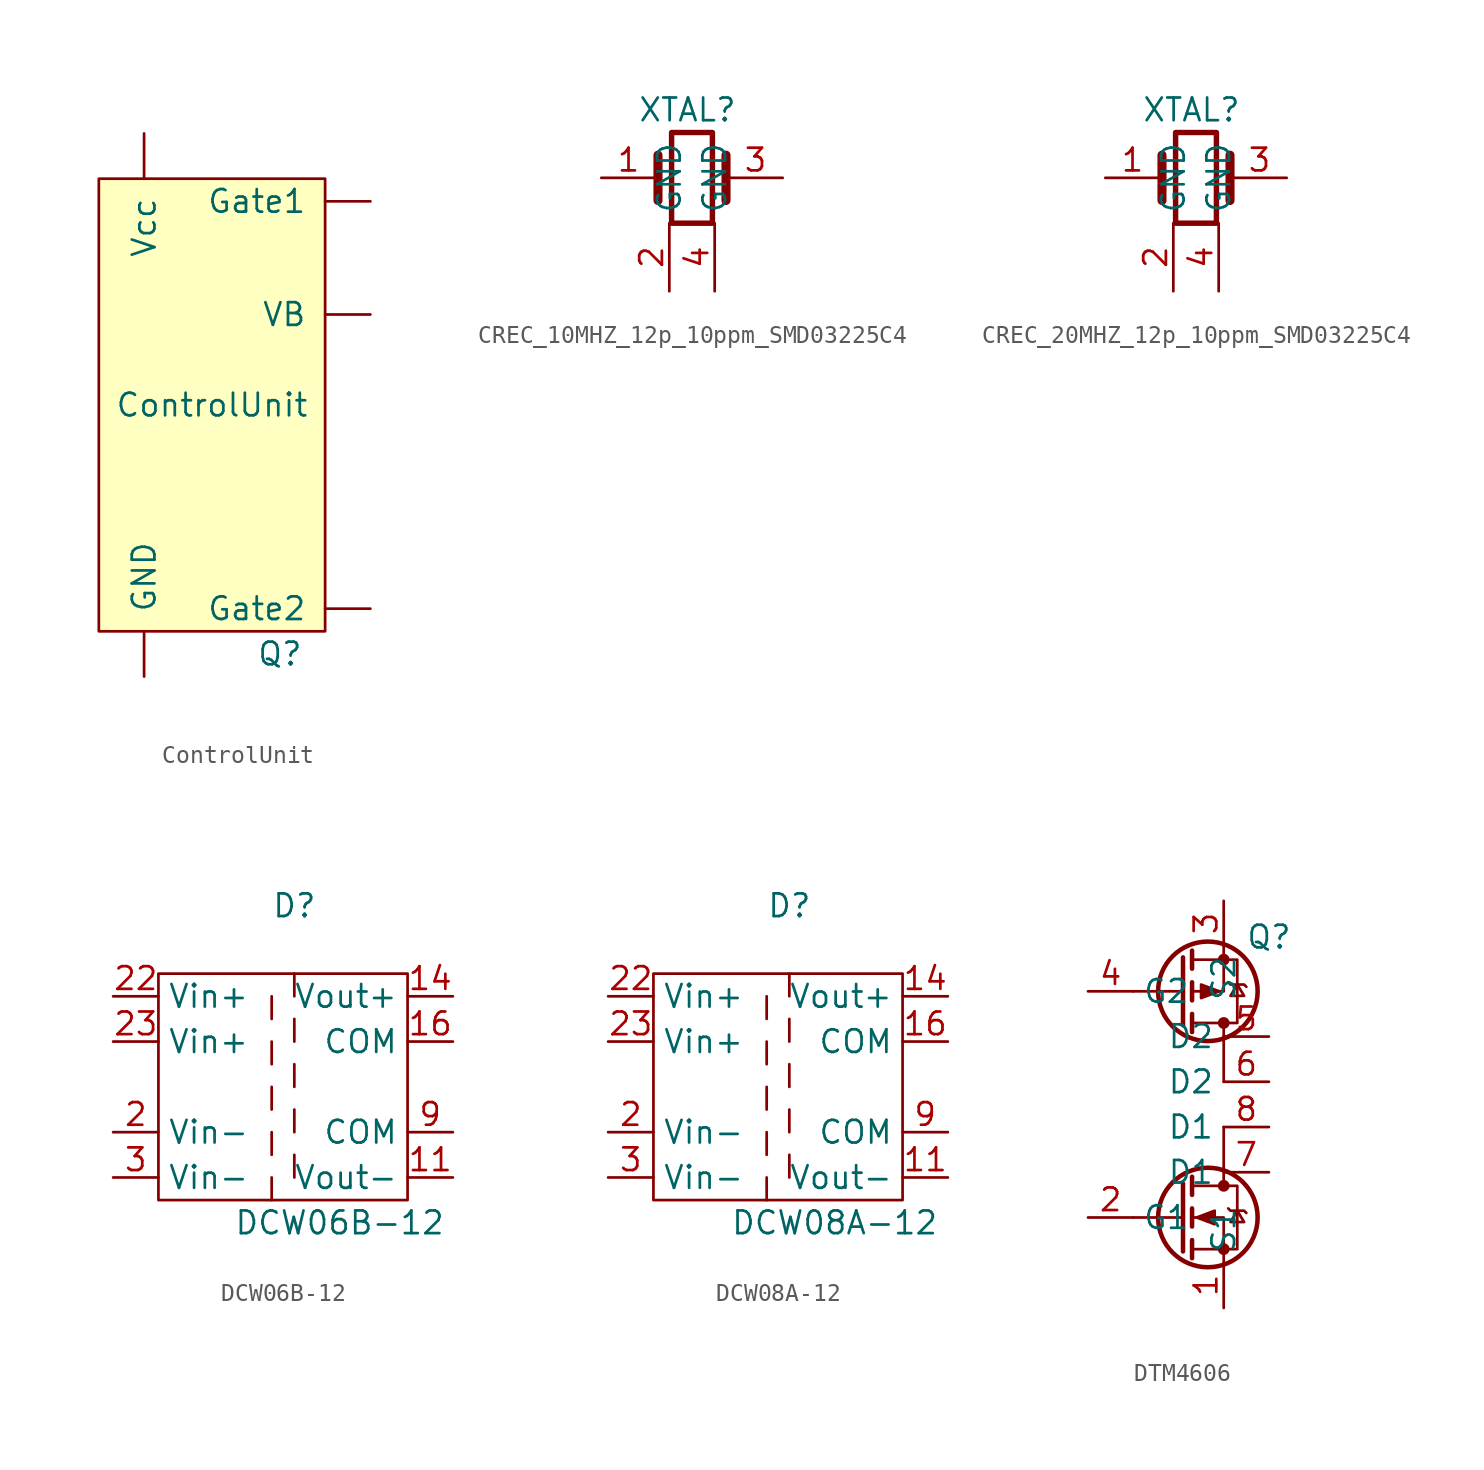
<source format=kicad_sym>
(kicad_symbol_lib
  (version 20231120)
  (generator "kicad_symbol_editor")
  (generator_version "8.0")
  (symbol "ControlUnit"
    (pin_names
      (offset 1.016))
    (property "Reference" "Q"
      (at 10.16 -26.67 0)
      (effects (font (size 1.27 1.27))))
    (property "Value" "ControlUnit"
      (at 6.35 -12.7 0)
      (effects (font (size 1.27 1.27))))
    (symbol "ControlUnit_0_1"
      (rectangle (start 0 0) (end 12.7 -25.4) (stroke (width 0) (type default)) (fill (type background))))
    (symbol "ControlUnit_1_1"
      (pin power_in line (at 2.54 -27.94 90) (length 2.54) (name "GND" (effects (font (size 1.27 1.27)))) (number "~" (effects (font (size 1.27 1.27)))))
      (pin output line (at 15.24 -1.27 180) (length 2.54) (name "Gate1" (effects (font (size 1.27 1.27)))) (number "~" (effects (font (size 1.27 1.27)))))
      (pin output line (at 15.24 -24.13 180) (length 2.54) (name "Gate2" (effects (font (size 1.27 1.27)))) (number "~" (effects (font (size 1.27 1.27)))))
      (pin passive line (at 15.24 -7.62 180) (length 2.54) (name "VB" (effects (font (size 1.27 1.27)))) (number "~" (effects (font (size 1.27 1.27)))))
      (pin power_in line (at 2.54 2.54 270) (length 2.54) (name "Vcc" (effects (font (size 1.27 1.27)))) (number "~" (effects (font (size 1.27 1.27)))))))
  (symbol "CREC_10MHZ_12p_10ppm_SMD03225C4"
    (property "Reference" "XTAL"
      (at -0.254 3.81 0)
      (effects (font (size 1.27 1.27))))
    (property "Value" ""
      (at 0 0 0)
      (effects (font (size 1.27 1.27))))
    (symbol "CREC_10MHZ_12p_10ppm_SMD03225C4_0_1"
      (rectangle (start -1.143 2.54) (end 1.143 -2.54) (stroke (width 0.305) (type default)) (fill (type none)))
      (polyline (pts (xy -1.905 -1.27) (xy -1.905 1.27)) (stroke (width 0.508) (type default)) (fill (type none)))
      (polyline (pts (xy 1.905 -1.27) (xy 1.905 1.27)) (stroke (width 0.508) (type default)) (fill (type none))))
    (symbol "CREC_10MHZ_12p_10ppm_SMD03225C4_1_1"
      (pin passive line (at -5.08 0 0) (length 3.048) (name "" (effects (font (size 1.27 1.27)))) (number "1" (effects (font (size 1.27 1.27)))))
      (pin passive line (at -1.27 -6.35 90) (length 3.81) (name "GND" (effects (font (size 1.27 1.27)))) (number "2" (effects (font (size 1.27 1.27)))))
      (pin passive line (at 5.08 0 180) (length 3.048) (name "" (effects (font (size 1.27 1.27)))) (number "3" (effects (font (size 1.27 1.27)))))
      (pin passive line (at 1.27 -6.35 90) (length 3.81) (name "GND" (effects (font (size 1.27 1.27)))) (number "4" (effects (font (size 1.27 1.27)))))))
  (symbol "CREC_20MHZ_12p_10ppm_SMD03225C4"
    (property "Reference" "XTAL"
      (at -0.254 3.81 0)
      (effects (font (size 1.27 1.27))))
    (property "Value" ""
      (at 0 0 0)
      (effects (font (size 1.27 1.27))))
    (symbol "CREC_20MHZ_12p_10ppm_SMD03225C4_0_1"
      (rectangle (start -1.143 2.54) (end 1.143 -2.54) (stroke (width 0.305) (type default)) (fill (type none)))
      (polyline (pts (xy -1.905 -1.27) (xy -1.905 1.27)) (stroke (width 0.508) (type default)) (fill (type none)))
      (polyline (pts (xy 1.905 -1.27) (xy 1.905 1.27)) (stroke (width 0.508) (type default)) (fill (type none))))
    (symbol "CREC_20MHZ_12p_10ppm_SMD03225C4_1_1"
      (pin passive line (at -5.08 0 0) (length 3.048) (name "" (effects (font (size 1.27 1.27)))) (number "1" (effects (font (size 1.27 1.27)))))
      (pin passive line (at -1.27 -6.35 90) (length 3.81) (name "GND" (effects (font (size 1.27 1.27)))) (number "2" (effects (font (size 1.27 1.27)))))
      (pin passive line (at 5.08 0 180) (length 3.048) (name "" (effects (font (size 1.27 1.27)))) (number "3" (effects (font (size 1.27 1.27)))))
      (pin passive line (at 1.27 -6.35 90) (length 3.81) (name "GND" (effects (font (size 1.27 1.27)))) (number "4" (effects (font (size 1.27 1.27)))))))
  (symbol "DCW06B-12"
    (property "Reference" "D"
      (at 10.16 5.08 0)
      (effects (font (size 1.27 1.27))))
    (property "Value" "DCW06B-12"
      (at 12.7 -12.7 0)
      (effects (font (size 1.27 1.27))))
    (symbol "DCW06B-12_0_1"
      (polyline (pts (xy 8.89 -10.16) (xy 8.89 -11.43)) (stroke (width 0) (type default)) (fill (type none)))
      (polyline (pts (xy 8.89 -7.62) (xy 8.89 -8.89)) (stroke (width 0) (type default)) (fill (type none)))
      (polyline (pts (xy 8.89 -5.08) (xy 8.89 -6.35)) (stroke (width 0) (type default)) (fill (type none)))
      (polyline (pts (xy 8.89 -2.54) (xy 8.89 -3.81)) (stroke (width 0) (type default)) (fill (type none)))
      (polyline (pts (xy 8.89 0) (xy 8.89 -1.27)) (stroke (width 0) (type default)) (fill (type none)))
      (polyline (pts (xy 10.16 -10.16) (xy 10.16 -8.89)) (stroke (width 0) (type default)) (fill (type none)))
      (polyline (pts (xy 10.16 -7.62) (xy 10.16 -6.35)) (stroke (width 0) (type default)) (fill (type none)))
      (polyline (pts (xy 10.16 -3.81) (xy 10.16 -5.08)) (stroke (width 0) (type default)) (fill (type none)))
      (polyline (pts (xy 10.16 -1.27) (xy 10.16 -2.54)) (stroke (width 0) (type default)) (fill (type none)))
      (polyline (pts (xy 10.16 1.27) (xy 10.16 0)) (stroke (width 0) (type default)) (fill (type none)))
      (polyline (pts (xy 2.54 1.27) (xy 16.51 1.27) (xy 16.51 -11.43) (xy 2.54 -11.43) (xy 2.54 1.27)) (stroke (width 0) (type default)) (fill (type none))))
    (symbol "DCW06B-12_1_1"
      (pin power_out line (at 19.05 -10.16 180) (length 2.54) (name "Vout-" (effects (font (size 1.27 1.27)))) (number "11" (effects (font (size 1.27 1.27)))))
      (pin power_out line (at 19.05 0 180) (length 2.54) (name "Vout+" (effects (font (size 1.27 1.27)))) (number "14" (effects (font (size 1.27 1.27)))))
      (pin power_out line (at 19.05 -2.54 180) (length 2.54) (name "COM" (effects (font (size 1.27 1.27)))) (number "16" (effects (font (size 1.27 1.27)))))
      (pin power_in line (at 0 -7.62 0) (length 2.54) (name "Vin-" (effects (font (size 1.27 1.27)))) (number "2" (effects (font (size 1.27 1.27)))))
      (pin power_in line (at 0 0 0) (length 2.54) (name "Vin+" (effects (font (size 1.27 1.27)))) (number "22" (effects (font (size 1.27 1.27)))))
      (pin power_in line (at 0 -2.54 0) (length 2.54) (name "Vin+" (effects (font (size 1.27 1.27)))) (number "23" (effects (font (size 1.27 1.27)))))
      (pin power_in line (at 0 -10.16 0) (length 2.54) (name "Vin-" (effects (font (size 1.27 1.27)))) (number "3" (effects (font (size 1.27 1.27)))))
      (pin power_out line (at 19.05 -7.62 180) (length 2.54) (name "COM" (effects (font (size 1.27 1.27)))) (number "9" (effects (font (size 1.27 1.27)))))))
  (symbol "DCW08A-12"
    (property "Reference" "D"
      (at 10.16 5.08 0)
      (effects (font (size 1.27 1.27))))
    (property "Value" "DCW08A-12"
      (at 12.7 -12.7 0)
      (effects (font (size 1.27 1.27))))
    (symbol "DCW08A-12_0_1"
      (polyline (pts (xy 8.89 -10.16) (xy 8.89 -11.43)) (stroke (width 0) (type default)) (fill (type none)))
      (polyline (pts (xy 8.89 -7.62) (xy 8.89 -8.89)) (stroke (width 0) (type default)) (fill (type none)))
      (polyline (pts (xy 8.89 -5.08) (xy 8.89 -6.35)) (stroke (width 0) (type default)) (fill (type none)))
      (polyline (pts (xy 8.89 -2.54) (xy 8.89 -3.81)) (stroke (width 0) (type default)) (fill (type none)))
      (polyline (pts (xy 8.89 0) (xy 8.89 -1.27)) (stroke (width 0) (type default)) (fill (type none)))
      (polyline (pts (xy 10.16 -10.16) (xy 10.16 -8.89)) (stroke (width 0) (type default)) (fill (type none)))
      (polyline (pts (xy 10.16 -7.62) (xy 10.16 -6.35)) (stroke (width 0) (type default)) (fill (type none)))
      (polyline (pts (xy 10.16 -3.81) (xy 10.16 -5.08)) (stroke (width 0) (type default)) (fill (type none)))
      (polyline (pts (xy 10.16 -1.27) (xy 10.16 -2.54)) (stroke (width 0) (type default)) (fill (type none)))
      (polyline (pts (xy 10.16 1.27) (xy 10.16 0)) (stroke (width 0) (type default)) (fill (type none)))
      (polyline (pts (xy 2.54 1.27) (xy 16.51 1.27) (xy 16.51 -11.43) (xy 2.54 -11.43) (xy 2.54 1.27)) (stroke (width 0) (type default)) (fill (type none))))
    (symbol "DCW08A-12_1_1"
      (pin power_out line (at 19.05 -10.16 180) (length 2.54) (name "Vout-" (effects (font (size 1.27 1.27)))) (number "11" (effects (font (size 1.27 1.27)))))
      (pin power_out line (at 19.05 0 180) (length 2.54) (name "Vout+" (effects (font (size 1.27 1.27)))) (number "14" (effects (font (size 1.27 1.27)))))
      (pin power_out line (at 19.05 -2.54 180) (length 2.54) (name "COM" (effects (font (size 1.27 1.27)))) (number "16" (effects (font (size 1.27 1.27)))))
      (pin power_in line (at 0 -7.62 0) (length 2.54) (name "Vin-" (effects (font (size 1.27 1.27)))) (number "2" (effects (font (size 1.27 1.27)))))
      (pin power_in line (at 0 0 0) (length 2.54) (name "Vin+" (effects (font (size 1.27 1.27)))) (number "22" (effects (font (size 1.27 1.27)))))
      (pin power_in line (at 0 -2.54 0) (length 2.54) (name "Vin+" (effects (font (size 1.27 1.27)))) (number "23" (effects (font (size 1.27 1.27)))))
      (pin power_in line (at 0 -10.16 0) (length 2.54) (name "Vin-" (effects (font (size 1.27 1.27)))) (number "3" (effects (font (size 1.27 1.27)))))
      (pin power_out line (at 19.05 -7.62 180) (length 2.54) (name "COM" (effects (font (size 1.27 1.27)))) (number "9" (effects (font (size 1.27 1.27)))))))
  (symbol "DTM4606"
    (property "Reference" "Q"
      (at 10.16 3.048 0)
      (effects (font (size 1.27 1.27))))
    (property "Value" ""
      (at 0 0 0)
      (effects (font (size 1.27 1.27))))
    (symbol "DTM4606_0_1"
      (polyline (pts (xy 5.334 -12.7) (xy 2.54 -12.7)) (stroke (width 0) (type default)) (fill (type none)))
      (polyline (pts (xy 5.334 -10.795) (xy 5.334 -14.605)) (stroke (width 0.254) (type default)) (fill (type none)))
      (polyline (pts (xy 5.334 -1.905) (xy 5.334 1.905)) (stroke (width 0.254) (type default)) (fill (type none)))
      (polyline (pts (xy 5.334 0) (xy 2.54 0)) (stroke (width 0) (type default)) (fill (type none)))
      (polyline (pts (xy 5.842 -13.97) (xy 5.842 -14.986)) (stroke (width 0.254) (type default)) (fill (type none)))
      (polyline (pts (xy 5.842 -12.192) (xy 5.842 -13.208)) (stroke (width 0.254) (type default)) (fill (type none)))
      (polyline (pts (xy 5.842 -10.414) (xy 5.842 -11.43)) (stroke (width 0.254) (type default)) (fill (type none)))
      (polyline (pts (xy 5.842 -2.286) (xy 5.842 -1.27)) (stroke (width 0.254) (type default)) (fill (type none)))
      (polyline (pts (xy 5.842 -0.508) (xy 5.842 0.508)) (stroke (width 0.254) (type default)) (fill (type none)))
      (polyline (pts (xy 5.842 1.27) (xy 5.842 2.286)) (stroke (width 0.254) (type default)) (fill (type none)))
      (polyline (pts (xy 7.62 -10.16) (xy 7.62 -10.922)) (stroke (width 0) (type default)) (fill (type none)))
      (polyline (pts (xy 7.62 -7.62) (xy 7.62 -10.16)) (stroke (width 0) (type default)) (fill (type none)))
      (polyline (pts (xy 7.62 -5.08) (xy 7.62 -2.54)) (stroke (width 0) (type default)) (fill (type none)))
      (polyline (pts (xy 7.62 -2.54) (xy 7.62 -1.778)) (stroke (width 0) (type default)) (fill (type none)))
      (polyline (pts (xy 7.62 -15.24) (xy 7.62 -12.7) (xy 5.842 -12.7)) (stroke (width 0) (type default)) (fill (type none)))
      (polyline (pts (xy 7.62 2.54) (xy 7.62 0) (xy 5.842 0)) (stroke (width 0) (type default)) (fill (type none)))
      (polyline (pts (xy 5.842 -14.478) (xy 8.382 -14.478) (xy 8.382 -10.922) (xy 5.842 -10.922)) (stroke (width 0) (type default)) (fill (type none)))
      (polyline (pts (xy 5.842 -1.778) (xy 8.382 -1.778) (xy 8.382 1.778) (xy 5.842 1.778)) (stroke (width 0) (type default)) (fill (type none)))
      (polyline (pts (xy 6.096 -12.7) (xy 7.112 -12.319) (xy 7.112 -13.081) (xy 6.096 -12.7)) (stroke (width 0) (type default)) (fill (type outline)))
      (polyline (pts (xy 7.366 0) (xy 6.35 -0.381) (xy 6.35 0.381) (xy 7.366 0)) (stroke (width 0) (type default)) (fill (type outline)))
      (polyline (pts (xy 7.874 -12.192) (xy 8.001 -12.319) (xy 8.763 -12.319) (xy 8.89 -12.446)) (stroke (width 0) (type default)) (fill (type none)))
      (polyline (pts (xy 7.874 0.508) (xy 8.001 0.381) (xy 8.763 0.381) (xy 8.89 0.254)) (stroke (width 0) (type default)) (fill (type none)))
      (polyline (pts (xy 8.382 -12.319) (xy 8.001 -12.954) (xy 8.763 -12.954) (xy 8.382 -12.319)) (stroke (width 0) (type default)) (fill (type none)))
      (polyline (pts (xy 8.382 0.381) (xy 8.001 -0.254) (xy 8.763 -0.254) (xy 8.382 0.381)) (stroke (width 0) (type default)) (fill (type none)))
      (circle (center 6.731 -12.7) (radius 2.794) (stroke (width 0.254) (type default)) (fill (type none)))
      (circle (center 6.731 0) (radius 2.794) (stroke (width 0.254) (type default)) (fill (type none)))
      (circle (center 7.62 -14.478) (radius 0.254) (stroke (width 0) (type default)) (fill (type outline)))
      (circle (center 7.62 -10.922) (radius 0.254) (stroke (width 0) (type default)) (fill (type outline)))
      (circle (center 7.62 -1.778) (radius 0.254) (stroke (width 0) (type default)) (fill (type outline)))
      (circle (center 7.62 1.778) (radius 0.254) (stroke (width 0) (type default)) (fill (type outline))))
    (symbol "DTM4606_1_1"
      (pin passive line (at 7.62 -17.78 90) (length 2.54) (name "S1" (effects (font (size 1.27 1.27)))) (number "1" (effects (font (size 1.27 1.27)))))
      (pin passive line (at 0 -12.7 0) (length 2.54) (name "G1" (effects (font (size 1.27 1.27)))) (number "2" (effects (font (size 1.27 1.27)))))
      (pin passive line (at 7.62 5.08 270) (length 2.54) (name "S2" (effects (font (size 1.27 1.27)))) (number "3" (effects (font (size 1.27 1.27)))))
      (pin input line (at 0 0 0) (length 2.54) (name "G2" (effects (font (size 1.27 1.27)))) (number "4" (effects (font (size 1.27 1.27)))))
      (pin passive line (at 10.16 -2.54 180) (length 2.54) (name "D2" (effects (font (size 1.27 1.27)))) (number "5" (effects (font (size 1.27 1.27)))))
      (pin passive line (at 10.16 -5.08 180) (length 2.54) (name "D2" (effects (font (size 1.27 1.27)))) (number "6" (effects (font (size 1.27 1.27)))))
      (pin passive line (at 10.16 -10.16 180) (length 2.54) (name "D1" (effects (font (size 1.27 1.27)))) (number "7" (effects (font (size 1.27 1.27)))))
      (pin passive line (at 10.16 -7.62 180) (length 2.54) (name "D1" (effects (font (size 1.27 1.27)))) (number "8" (effects (font (size 1.27 1.27))))))))
</source>
